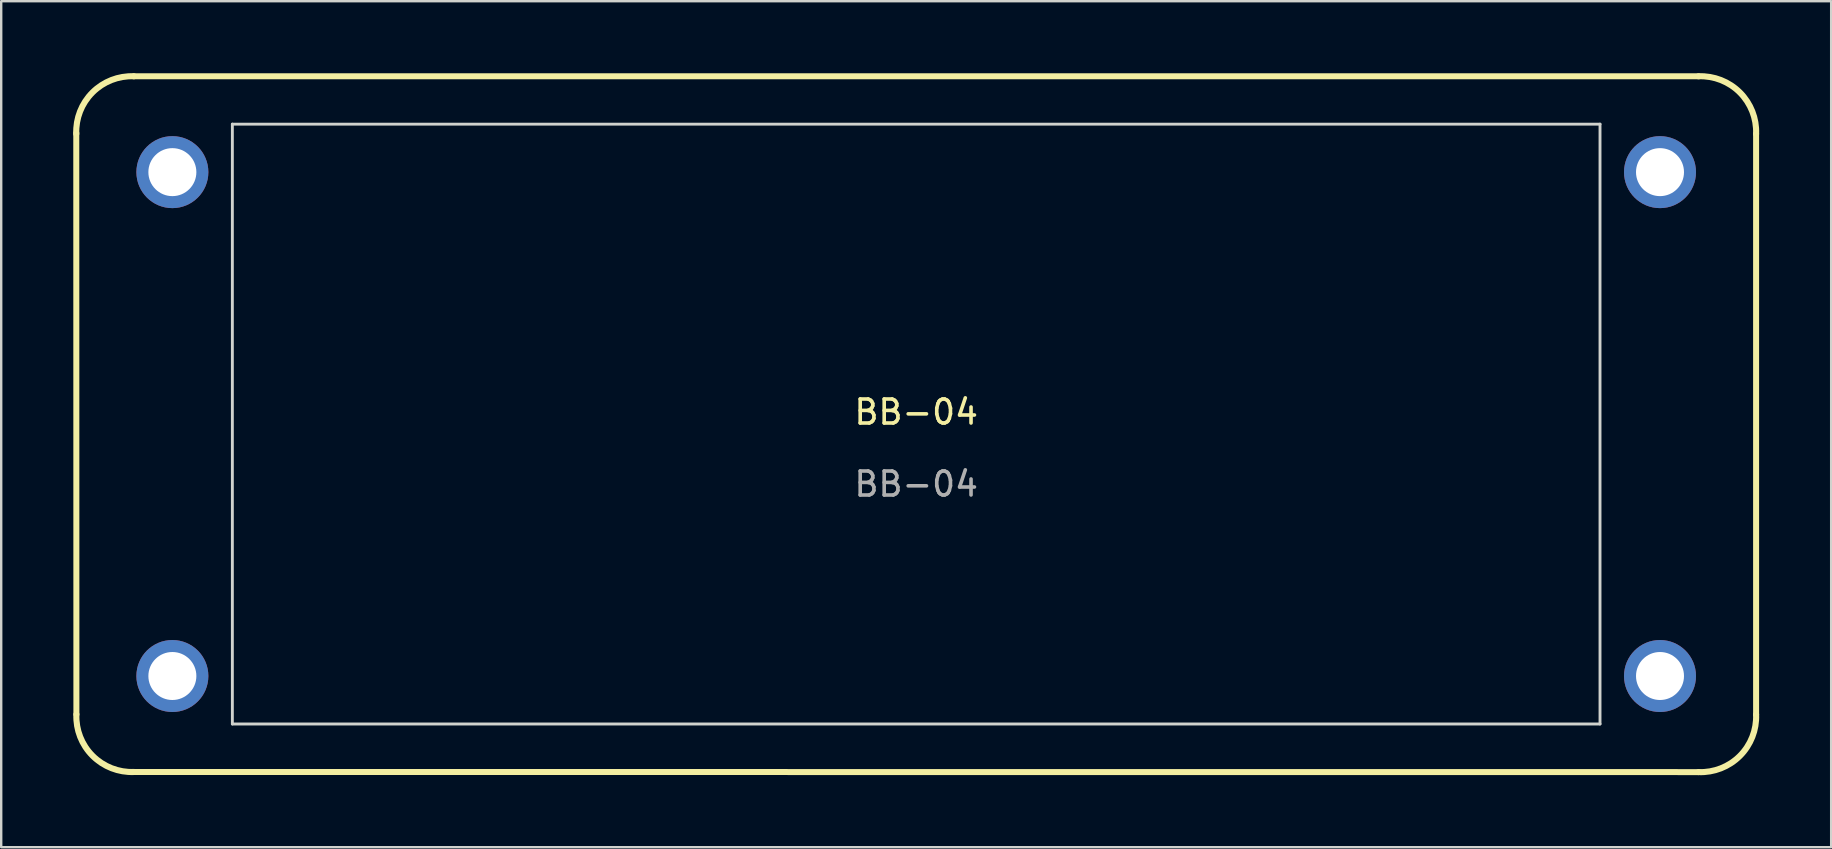
<source format=kicad_pcb>
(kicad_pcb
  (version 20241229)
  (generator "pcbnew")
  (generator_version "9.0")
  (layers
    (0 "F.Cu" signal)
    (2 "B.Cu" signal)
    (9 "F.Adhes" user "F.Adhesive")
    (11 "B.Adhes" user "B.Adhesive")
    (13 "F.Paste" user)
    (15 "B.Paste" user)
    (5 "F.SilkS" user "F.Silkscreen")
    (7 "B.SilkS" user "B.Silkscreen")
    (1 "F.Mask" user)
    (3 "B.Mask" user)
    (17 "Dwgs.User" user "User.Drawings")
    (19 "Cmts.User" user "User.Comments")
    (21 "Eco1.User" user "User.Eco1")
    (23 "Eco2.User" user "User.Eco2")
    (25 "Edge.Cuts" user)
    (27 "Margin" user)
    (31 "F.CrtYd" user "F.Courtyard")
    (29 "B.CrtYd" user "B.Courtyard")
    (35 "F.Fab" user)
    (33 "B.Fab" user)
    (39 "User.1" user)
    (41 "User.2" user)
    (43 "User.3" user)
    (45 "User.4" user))
  (footprint "BB-04"
    (layer "F.Cu")
    (at 35.134 14.624)
    (property "Reference" "BB-04" (at 0 -0.5 0) (unlocked yes) (layer "F.SilkS") (effects (font (size 1 1) (thickness 0.15))))
    (attr smd)
    (fp_line (start -35.005 -12.13) (end -35 12.1) (stroke (width 0.25) (type solid)) (layer "F.SilkS"))
    (fp_line (start -32.605 -14.495) (end 32.605 -14.495) (stroke (width 0.25) (type solid)) (layer "F.SilkS"))
    (fp_line (start -32.6 14.5) (end 32.605 14.505) (stroke (width 0.25) (type solid)) (layer "F.SilkS"))
    (fp_line (start 35.005 12.105) (end 35.005 -12.095) (stroke (width 0.25) (type solid)) (layer "F.SilkS"))
    (fp_arc (start -35.005109 -12.095109) (mid -34.33 -13.82) (end -32.605109 -14.495109) (stroke (width 0.254) (type solid)) (layer "F.SilkS"))
    (fp_arc (start -32.6 14.5) (mid -34.324891 13.824891) (end -35 12.1) (stroke (width 0.254) (type solid)) (layer "F.SilkS"))
    (fp_arc (start 32.605109 -14.495109) (mid 34.33 -13.82) (end 35.005109 -12.095109) (stroke (width 0.254) (type solid)) (layer "F.SilkS"))
    (fp_arc (start 35.005109 12.105109) (mid 34.33 13.83) (end 32.605109 14.505109) (stroke (width 0.254) (type solid)) (layer "F.SilkS"))
    (fp_line (start -28.5 -12.5) (end -28.5 12.5) (stroke (width 0.12) (type solid)) (layer "Edge.Cuts"))
    (fp_line (start 28.5 -12.5) (end -28.5 -12.5) (stroke (width 0.12) (type solid)) (layer "Edge.Cuts"))
    (fp_line (start 28.5 12.5) (end -28.5 12.5) (stroke (width 0.12) (type solid)) (layer "Edge.Cuts"))
    (fp_line (start 28.5 12.5) (end 28.5 -12.5) (stroke (width 0.12) (type solid)) (layer "Edge.Cuts"))
    (fp_text user "${REFERENCE}" (at 0 2.5 0) (unlocked yes) (layer "F.Fab") (effects (font (size 1 1) (thickness 0.15))))
    (pad "" np_thru_hole circle (at -31 -10.5) (size 3 3) (drill 2) (layers "*.Cu" "*.Mask"))
    (pad "" np_thru_hole circle (at -31 10.5) (size 3 3) (drill 2) (layers "*.Cu" "*.Mask"))
    (pad "" np_thru_hole circle (at 31 -10.5) (size 3 3) (drill 2) (layers "*.Cu" "*.Mask"))
    (pad "" np_thru_hole circle (at 31 10.5) (size 3 3) (drill 2) (layers "*.Cu" "*.Mask")))
  (gr_rect
    (start -3 -3)
    (end 73.268 32.258)
    (stroke (width 0.1) (type default))
    (fill no)
    (layer "Edge.Cuts")))
</source>
